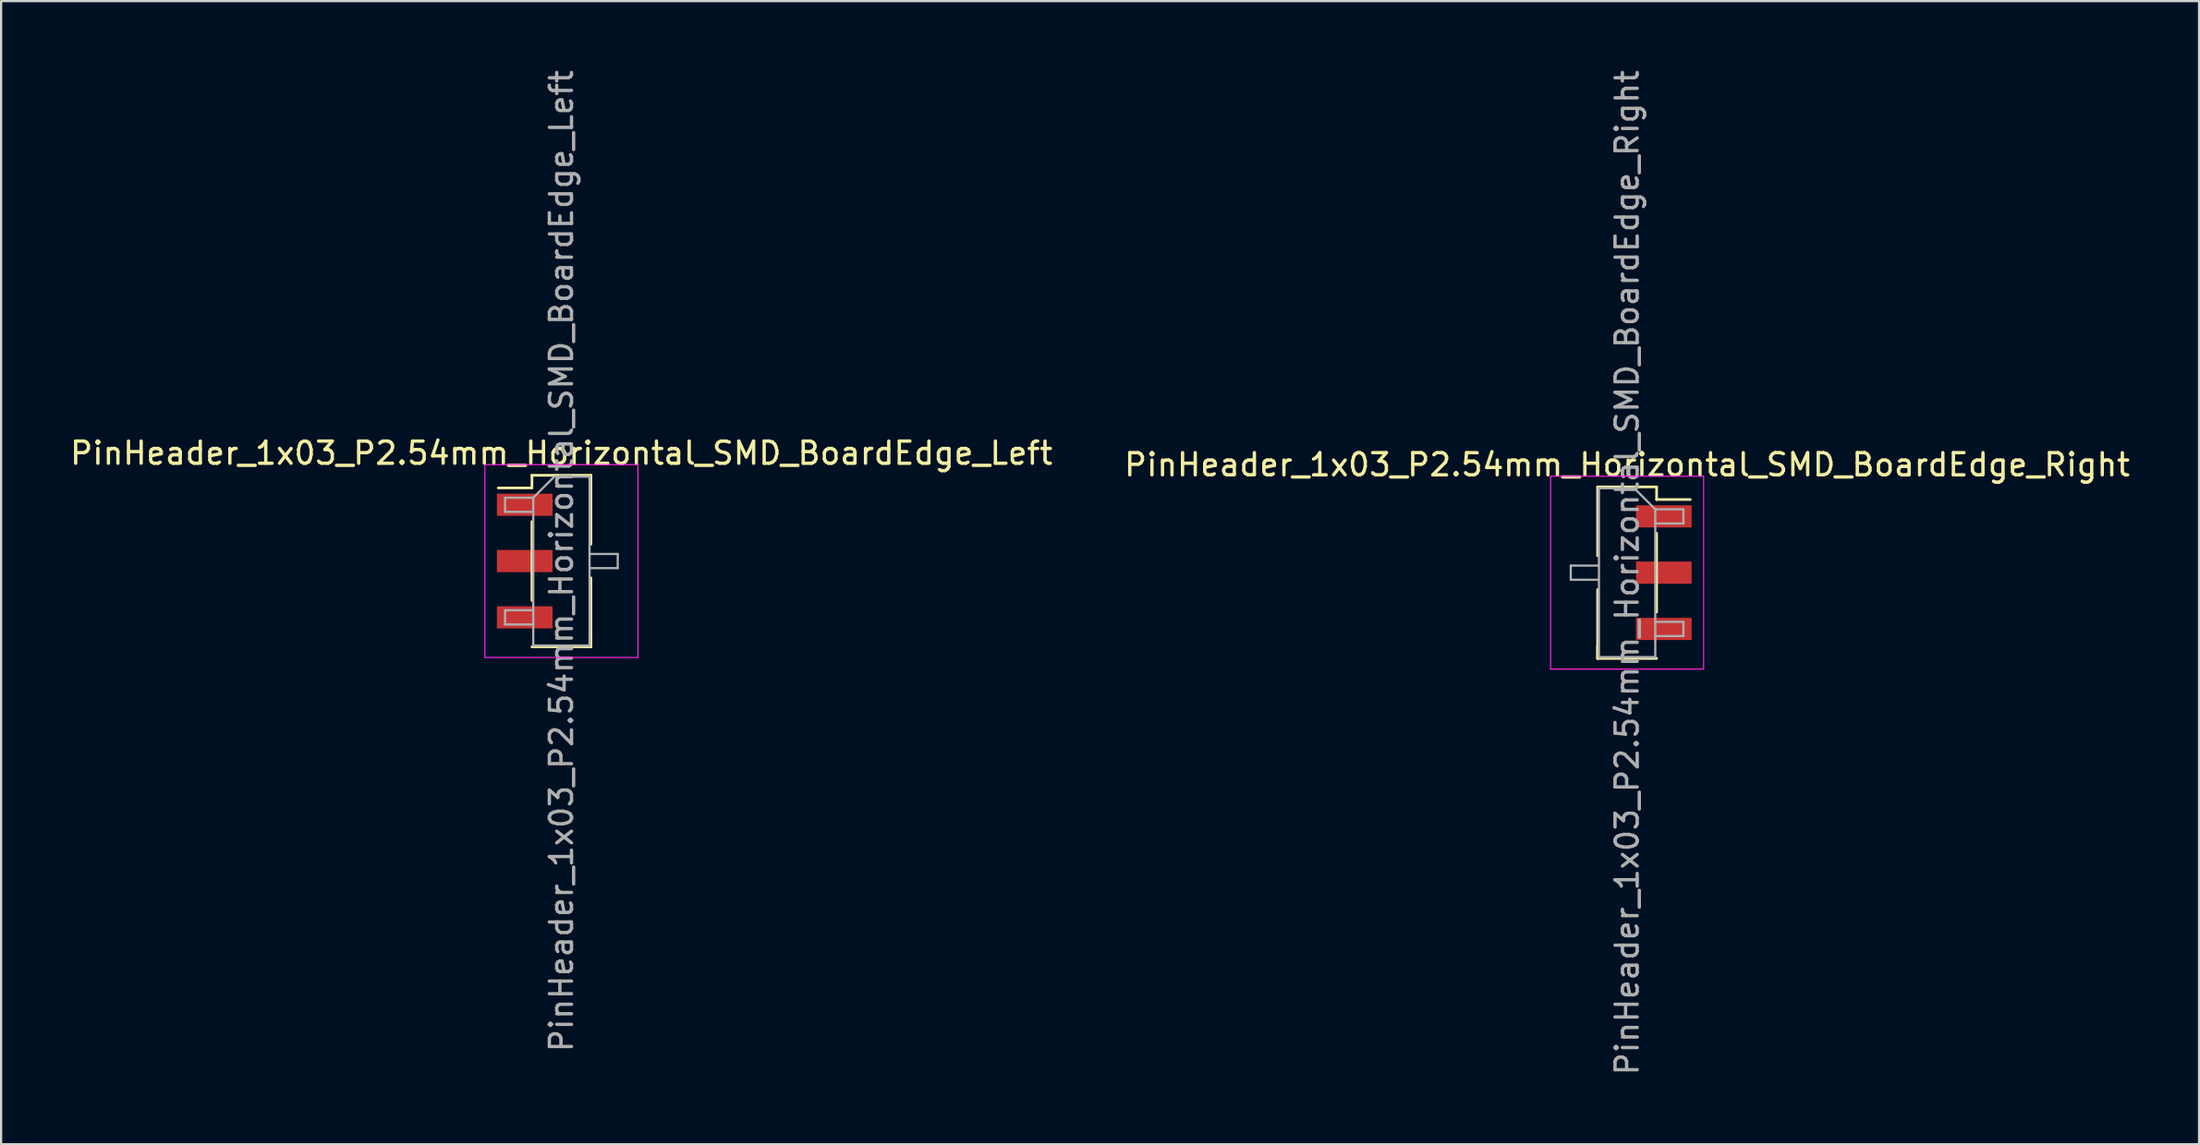
<source format=kicad_pcb>
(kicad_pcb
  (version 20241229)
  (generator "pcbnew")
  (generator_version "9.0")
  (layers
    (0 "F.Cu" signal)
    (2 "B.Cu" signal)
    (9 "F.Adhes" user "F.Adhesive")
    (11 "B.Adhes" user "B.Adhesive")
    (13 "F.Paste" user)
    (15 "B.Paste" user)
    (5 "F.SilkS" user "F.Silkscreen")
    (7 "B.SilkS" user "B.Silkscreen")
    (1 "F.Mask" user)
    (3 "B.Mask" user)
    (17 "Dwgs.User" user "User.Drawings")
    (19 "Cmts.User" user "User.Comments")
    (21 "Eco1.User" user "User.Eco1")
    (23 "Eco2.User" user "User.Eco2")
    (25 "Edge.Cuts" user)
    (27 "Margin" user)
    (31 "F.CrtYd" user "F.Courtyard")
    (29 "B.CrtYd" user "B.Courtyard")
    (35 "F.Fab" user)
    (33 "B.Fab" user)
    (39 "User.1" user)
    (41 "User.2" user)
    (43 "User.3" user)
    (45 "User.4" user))
  (footprint "PinHeader_1x03_P2.54mm_Horizontal_SMD_BoardEdge_Left"
    (layer "F.Cu")
    (at 22.268 22.268)
    (property "Reference" "PinHeader_1x03_P2.54mm_Horizontal_SMD_BoardEdge_Left" (at 0 -4.87 0) (layer "F.SilkS") (effects (font (size 1 1) (thickness 0.15))))
    (attr smd)
    (fp_line (start -1.33 -3.87) (end -1.33 -3.3) (stroke (width 0.12) (type solid)) (layer "F.SilkS"))
    (fp_line (start -1.33 -3.87) (end 1.33 -3.87) (stroke (width 0.12) (type solid)) (layer "F.SilkS"))
    (fp_line (start -1.33 -3.3) (end -2.85 -3.3) (stroke (width 0.12) (type solid)) (layer "F.SilkS"))
    (fp_line (start -1.33 -1.78) (end -1.33 1.78) (stroke (width 0.12) (type solid)) (layer "F.SilkS"))
    (fp_line (start -1.33 3.87) (end 1.33 3.87) (stroke (width 0.12) (type solid)) (layer "F.SilkS"))
    (fp_line (start 1.33 -3.87) (end 1.33 -0.76) (stroke (width 0.12) (type solid)) (layer "F.SilkS"))
    (fp_line (start 1.33 0.76) (end 1.33 3.87) (stroke (width 0.12) (type solid)) (layer "F.SilkS"))
    (fp_line (start 1.33 3.3) (end 1.33 3.87) (stroke (width 0.12) (type solid)) (layer "F.SilkS"))
    (fp_line (start -3.45 -4.35) (end -3.45 4.35) (stroke (width 0.05) (type solid)) (layer "F.CrtYd"))
    (fp_line (start -3.45 4.35) (end 3.45 4.35) (stroke (width 0.05) (type solid)) (layer "F.CrtYd"))
    (fp_line (start 3.45 -4.35) (end -3.45 -4.35) (stroke (width 0.05) (type solid)) (layer "F.CrtYd"))
    (fp_line (start 3.45 4.35) (end 3.45 -4.35) (stroke (width 0.05) (type solid)) (layer "F.CrtYd"))
    (fp_line (start -2.54 -2.86) (end -2.54 -2.22) (stroke (width 0.1) (type solid)) (layer "F.Fab"))
    (fp_line (start -2.54 -2.22) (end -1.27 -2.22) (stroke (width 0.1) (type solid)) (layer "F.Fab"))
    (fp_line (start -2.54 2.22) (end -2.54 2.86) (stroke (width 0.1) (type solid)) (layer "F.Fab"))
    (fp_line (start -2.54 2.86) (end -1.27 2.86) (stroke (width 0.1) (type solid)) (layer "F.Fab"))
    (fp_line (start -1.27 -2.86) (end -2.54 -2.86) (stroke (width 0.1) (type solid)) (layer "F.Fab"))
    (fp_line (start -1.27 -2.86) (end -0.32 -3.81) (stroke (width 0.1) (type solid)) (layer "F.Fab"))
    (fp_line (start -1.27 2.22) (end -2.54 2.22) (stroke (width 0.1) (type solid)) (layer "F.Fab"))
    (fp_line (start -1.27 3.81) (end -1.27 -2.86) (stroke (width 0.1) (type solid)) (layer "F.Fab"))
    (fp_line (start -0.32 -3.81) (end 1.27 -3.81) (stroke (width 0.1) (type solid)) (layer "F.Fab"))
    (fp_line (start 1.27 -3.81) (end 1.27 3.81) (stroke (width 0.1) (type solid)) (layer "F.Fab"))
    (fp_line (start 1.27 -0.32) (end 2.54 -0.32) (stroke (width 0.1) (type solid)) (layer "F.Fab"))
    (fp_line (start 1.27 3.81) (end -1.27 3.81) (stroke (width 0.1) (type solid)) (layer "F.Fab"))
    (fp_line (start 2.54 -0.32) (end 2.54 0.32) (stroke (width 0.1) (type solid)) (layer "F.Fab"))
    (fp_line (start 2.54 0.32) (end 1.27 0.32) (stroke (width 0.1) (type solid)) (layer "F.Fab"))
    (fp_text user "${REFERENCE}" (at 0 0 90) (layer "F.Fab") (effects (font (size 1 1) (thickness 0.15))))
    (pad "1" smd rect (at -1.655 -2.54) (size 2.51 1) (layers "F.Cu" "F.Mask" "F.Paste"))
    (pad "2" smd rect (at -1.655 0) (size 2.51 1) (layers "F.Cu" "F.Mask" "F.Paste"))
    (pad "3" smd rect (at -1.655 2.54) (size 2.51 1) (layers "F.Cu" "F.Mask" "F.Paste")))
  (footprint "PinHeader_1x03_P2.54mm_Horizontal_SMD_BoardEdge_Right"
    (layer "F.Cu")
    (at 70.327 22.792)
    (property "Reference" "PinHeader_1x03_P2.54mm_Horizontal_SMD_BoardEdge_Right" (at 0 -4.87 0) (layer "F.SilkS") (effects (font (size 1 1) (thickness 0.15))))
    (attr smd)
    (fp_line (start -1.33 -3.87) (end -1.33 -0.76) (stroke (width 0.12) (type solid)) (layer "F.SilkS"))
    (fp_line (start -1.33 -3.87) (end 1.33 -3.87) (stroke (width 0.12) (type solid)) (layer "F.SilkS"))
    (fp_line (start -1.33 0.76) (end -1.33 3.87) (stroke (width 0.12) (type solid)) (layer "F.SilkS"))
    (fp_line (start -1.33 3.3) (end -1.33 3.87) (stroke (width 0.12) (type solid)) (layer "F.SilkS"))
    (fp_line (start -1.33 3.87) (end 1.33 3.87) (stroke (width 0.12) (type solid)) (layer "F.SilkS"))
    (fp_line (start 1.33 -3.87) (end 1.33 -3.3) (stroke (width 0.12) (type solid)) (layer "F.SilkS"))
    (fp_line (start 1.33 -3.3) (end 2.85 -3.3) (stroke (width 0.12) (type solid)) (layer "F.SilkS"))
    (fp_line (start 1.33 -1.78) (end 1.33 1.78) (stroke (width 0.12) (type solid)) (layer "F.SilkS"))
    (fp_line (start -3.45 -4.35) (end -3.45 4.35) (stroke (width 0.05) (type solid)) (layer "F.CrtYd"))
    (fp_line (start -3.45 4.35) (end 3.45 4.35) (stroke (width 0.05) (type solid)) (layer "F.CrtYd"))
    (fp_line (start 3.45 -4.35) (end -3.45 -4.35) (stroke (width 0.05) (type solid)) (layer "F.CrtYd"))
    (fp_line (start 3.45 4.35) (end 3.45 -4.35) (stroke (width 0.05) (type solid)) (layer "F.CrtYd"))
    (fp_line (start -2.54 -0.32) (end -2.54 0.32) (stroke (width 0.1) (type solid)) (layer "F.Fab"))
    (fp_line (start -2.54 0.32) (end -1.27 0.32) (stroke (width 0.1) (type solid)) (layer "F.Fab"))
    (fp_line (start -1.27 -3.81) (end -1.27 3.81) (stroke (width 0.1) (type solid)) (layer "F.Fab"))
    (fp_line (start -1.27 -3.81) (end 0.32 -3.81) (stroke (width 0.1) (type solid)) (layer "F.Fab"))
    (fp_line (start -1.27 -0.32) (end -2.54 -0.32) (stroke (width 0.1) (type solid)) (layer "F.Fab"))
    (fp_line (start 1.27 -2.86) (end 0.32 -3.81) (stroke (width 0.1) (type solid)) (layer "F.Fab"))
    (fp_line (start 1.27 -2.86) (end 2.54 -2.86) (stroke (width 0.1) (type solid)) (layer "F.Fab"))
    (fp_line (start 1.27 2.22) (end 2.54 2.22) (stroke (width 0.1) (type solid)) (layer "F.Fab"))
    (fp_line (start 1.27 3.81) (end -1.27 3.81) (stroke (width 0.1) (type solid)) (layer "F.Fab"))
    (fp_line (start 1.27 3.81) (end 1.27 -2.86) (stroke (width 0.1) (type solid)) (layer "F.Fab"))
    (fp_line (start 2.54 -2.86) (end 2.54 -2.22) (stroke (width 0.1) (type solid)) (layer "F.Fab"))
    (fp_line (start 2.54 -2.22) (end 1.27 -2.22) (stroke (width 0.1) (type solid)) (layer "F.Fab"))
    (fp_line (start 2.54 2.22) (end 2.54 2.86) (stroke (width 0.1) (type solid)) (layer "F.Fab"))
    (fp_line (start 2.54 2.86) (end 1.27 2.86) (stroke (width 0.1) (type solid)) (layer "F.Fab"))
    (fp_text user "${REFERENCE}" (at 0 0 90) (layer "F.Fab") (effects (font (size 1 1) (thickness 0.15))))
    (pad "1" smd rect (at 1.655 -2.54) (size 2.51 1) (layers "F.Cu" "F.Mask" "F.Paste"))
    (pad "2" smd rect (at 1.655 0) (size 2.51 1) (layers "F.Cu" "F.Mask" "F.Paste"))
    (pad "3" smd rect (at 1.655 2.54) (size 2.51 1) (layers "F.Cu" "F.Mask" "F.Paste")))
  (gr_rect
    (start -3 -3)
    (end 96.119 48.583)
    (stroke (width 0.1) (type default))
    (fill no)
    (layer "Edge.Cuts")))
</source>
